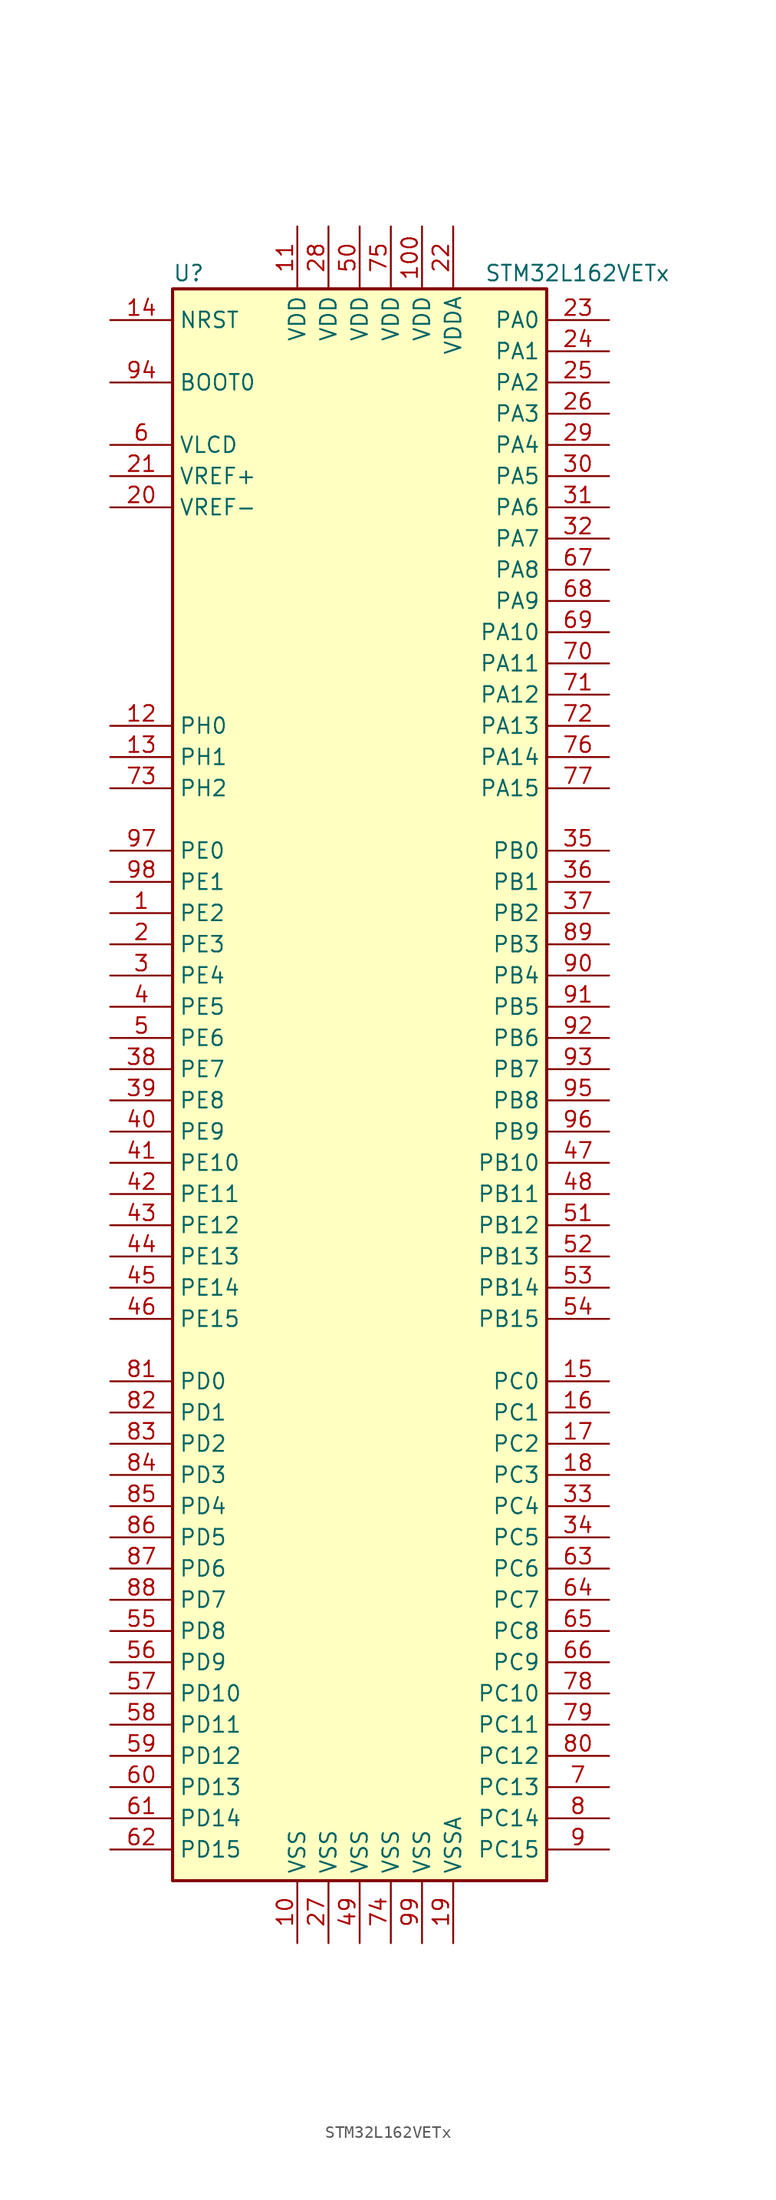
<source format=kicad_sym>
(kicad_symbol_lib
  (version 20201005)
  (generator kicad_symbol_editor)
  (symbol "MCU_ST_STM32L1:STM32L162VETx"
    (property "Reference" "U"
      (at -15.24 64.77 0)
      (effects (font (size 1.27 1.27)) (justify left)))
    (property "Value" "STM32L162VETx"
      (at 10.16 64.77 0)
      (effects (font (size 1.27 1.27)) (justify left)))
    (symbol "STM32L162VETx_0_1"
      (rectangle (start -15.24 -66.04) (end 15.24 63.5) (stroke (width 0.254)) (fill (type background))))
    (symbol "STM32L162VETx_1_1"
      (pin input line (at -20.32 55.88 0) (length 5.08) (name "BOOT0" (effects (font (size 1.27 1.27)))) (number "94" (effects (font (size 1.27 1.27)))))
      (pin input line (at -20.32 60.96 0) (length 5.08) (name "NRST" (effects (font (size 1.27 1.27)))) (number "14" (effects (font (size 1.27 1.27)))))
      (pin bidirectional line (at 20.32 60.96 180) (length 5.08) (name "PA0" (effects (font (size 1.27 1.27)))) (number "23" (effects (font (size 1.27 1.27)))))
      (pin bidirectional line (at 20.32 58.42 180) (length 5.08) (name "PA1" (effects (font (size 1.27 1.27)))) (number "24" (effects (font (size 1.27 1.27)))))
      (pin bidirectional line (at 20.32 35.56 180) (length 5.08) (name "PA10" (effects (font (size 1.27 1.27)))) (number "69" (effects (font (size 1.27 1.27)))))
      (pin bidirectional line (at 20.32 33.02 180) (length 5.08) (name "PA11" (effects (font (size 1.27 1.27)))) (number "70" (effects (font (size 1.27 1.27)))))
      (pin bidirectional line (at 20.32 30.48 180) (length 5.08) (name "PA12" (effects (font (size 1.27 1.27)))) (number "71" (effects (font (size 1.27 1.27)))))
      (pin bidirectional line (at 20.32 27.94 180) (length 5.08) (name "PA13" (effects (font (size 1.27 1.27)))) (number "72" (effects (font (size 1.27 1.27)))))
      (pin bidirectional line (at 20.32 25.4 180) (length 5.08) (name "PA14" (effects (font (size 1.27 1.27)))) (number "76" (effects (font (size 1.27 1.27)))))
      (pin bidirectional line (at 20.32 22.86 180) (length 5.08) (name "PA15" (effects (font (size 1.27 1.27)))) (number "77" (effects (font (size 1.27 1.27)))))
      (pin bidirectional line (at 20.32 55.88 180) (length 5.08) (name "PA2" (effects (font (size 1.27 1.27)))) (number "25" (effects (font (size 1.27 1.27)))))
      (pin bidirectional line (at 20.32 53.34 180) (length 5.08) (name "PA3" (effects (font (size 1.27 1.27)))) (number "26" (effects (font (size 1.27 1.27)))))
      (pin bidirectional line (at 20.32 50.8 180) (length 5.08) (name "PA4" (effects (font (size 1.27 1.27)))) (number "29" (effects (font (size 1.27 1.27)))))
      (pin bidirectional line (at 20.32 48.26 180) (length 5.08) (name "PA5" (effects (font (size 1.27 1.27)))) (number "30" (effects (font (size 1.27 1.27)))))
      (pin bidirectional line (at 20.32 45.72 180) (length 5.08) (name "PA6" (effects (font (size 1.27 1.27)))) (number "31" (effects (font (size 1.27 1.27)))))
      (pin bidirectional line (at 20.32 43.18 180) (length 5.08) (name "PA7" (effects (font (size 1.27 1.27)))) (number "32" (effects (font (size 1.27 1.27)))))
      (pin bidirectional line (at 20.32 40.64 180) (length 5.08) (name "PA8" (effects (font (size 1.27 1.27)))) (number "67" (effects (font (size 1.27 1.27)))))
      (pin bidirectional line (at 20.32 38.1 180) (length 5.08) (name "PA9" (effects (font (size 1.27 1.27)))) (number "68" (effects (font (size 1.27 1.27)))))
      (pin bidirectional line (at 20.32 17.78 180) (length 5.08) (name "PB0" (effects (font (size 1.27 1.27)))) (number "35" (effects (font (size 1.27 1.27)))))
      (pin bidirectional line (at 20.32 15.24 180) (length 5.08) (name "PB1" (effects (font (size 1.27 1.27)))) (number "36" (effects (font (size 1.27 1.27)))))
      (pin bidirectional line (at 20.32 -7.62 180) (length 5.08) (name "PB10" (effects (font (size 1.27 1.27)))) (number "47" (effects (font (size 1.27 1.27)))))
      (pin bidirectional line (at 20.32 -10.16 180) (length 5.08) (name "PB11" (effects (font (size 1.27 1.27)))) (number "48" (effects (font (size 1.27 1.27)))))
      (pin bidirectional line (at 20.32 -12.7 180) (length 5.08) (name "PB12" (effects (font (size 1.27 1.27)))) (number "51" (effects (font (size 1.27 1.27)))))
      (pin bidirectional line (at 20.32 -15.24 180) (length 5.08) (name "PB13" (effects (font (size 1.27 1.27)))) (number "52" (effects (font (size 1.27 1.27)))))
      (pin bidirectional line (at 20.32 -17.78 180) (length 5.08) (name "PB14" (effects (font (size 1.27 1.27)))) (number "53" (effects (font (size 1.27 1.27)))))
      (pin bidirectional line (at 20.32 -20.32 180) (length 5.08) (name "PB15" (effects (font (size 1.27 1.27)))) (number "54" (effects (font (size 1.27 1.27)))))
      (pin bidirectional line (at 20.32 12.7 180) (length 5.08) (name "PB2" (effects (font (size 1.27 1.27)))) (number "37" (effects (font (size 1.27 1.27)))))
      (pin bidirectional line (at 20.32 10.16 180) (length 5.08) (name "PB3" (effects (font (size 1.27 1.27)))) (number "89" (effects (font (size 1.27 1.27)))))
      (pin bidirectional line (at 20.32 7.62 180) (length 5.08) (name "PB4" (effects (font (size 1.27 1.27)))) (number "90" (effects (font (size 1.27 1.27)))))
      (pin bidirectional line (at 20.32 5.08 180) (length 5.08) (name "PB5" (effects (font (size 1.27 1.27)))) (number "91" (effects (font (size 1.27 1.27)))))
      (pin bidirectional line (at 20.32 2.54 180) (length 5.08) (name "PB6" (effects (font (size 1.27 1.27)))) (number "92" (effects (font (size 1.27 1.27)))))
      (pin bidirectional line (at 20.32 0 180) (length 5.08) (name "PB7" (effects (font (size 1.27 1.27)))) (number "93" (effects (font (size 1.27 1.27)))))
      (pin bidirectional line (at 20.32 -2.54 180) (length 5.08) (name "PB8" (effects (font (size 1.27 1.27)))) (number "95" (effects (font (size 1.27 1.27)))))
      (pin bidirectional line (at 20.32 -5.08 180) (length 5.08) (name "PB9" (effects (font (size 1.27 1.27)))) (number "96" (effects (font (size 1.27 1.27)))))
      (pin bidirectional line (at 20.32 -25.4 180) (length 5.08) (name "PC0" (effects (font (size 1.27 1.27)))) (number "15" (effects (font (size 1.27 1.27)))))
      (pin bidirectional line (at 20.32 -27.94 180) (length 5.08) (name "PC1" (effects (font (size 1.27 1.27)))) (number "16" (effects (font (size 1.27 1.27)))))
      (pin bidirectional line (at 20.32 -50.8 180) (length 5.08) (name "PC10" (effects (font (size 1.27 1.27)))) (number "78" (effects (font (size 1.27 1.27)))))
      (pin bidirectional line (at 20.32 -53.34 180) (length 5.08) (name "PC11" (effects (font (size 1.27 1.27)))) (number "79" (effects (font (size 1.27 1.27)))))
      (pin bidirectional line (at 20.32 -55.88 180) (length 5.08) (name "PC12" (effects (font (size 1.27 1.27)))) (number "80" (effects (font (size 1.27 1.27)))))
      (pin bidirectional line (at 20.32 -58.42 180) (length 5.08) (name "PC13" (effects (font (size 1.27 1.27)))) (number "7" (effects (font (size 1.27 1.27)))))
      (pin bidirectional line (at 20.32 -60.96 180) (length 5.08) (name "PC14" (effects (font (size 1.27 1.27)))) (number "8" (effects (font (size 1.27 1.27)))))
      (pin bidirectional line (at 20.32 -63.5 180) (length 5.08) (name "PC15" (effects (font (size 1.27 1.27)))) (number "9" (effects (font (size 1.27 1.27)))))
      (pin bidirectional line (at 20.32 -30.48 180) (length 5.08) (name "PC2" (effects (font (size 1.27 1.27)))) (number "17" (effects (font (size 1.27 1.27)))))
      (pin bidirectional line (at 20.32 -33.02 180) (length 5.08) (name "PC3" (effects (font (size 1.27 1.27)))) (number "18" (effects (font (size 1.27 1.27)))))
      (pin bidirectional line (at 20.32 -35.56 180) (length 5.08) (name "PC4" (effects (font (size 1.27 1.27)))) (number "33" (effects (font (size 1.27 1.27)))))
      (pin bidirectional line (at 20.32 -38.1 180) (length 5.08) (name "PC5" (effects (font (size 1.27 1.27)))) (number "34" (effects (font (size 1.27 1.27)))))
      (pin bidirectional line (at 20.32 -40.64 180) (length 5.08) (name "PC6" (effects (font (size 1.27 1.27)))) (number "63" (effects (font (size 1.27 1.27)))))
      (pin bidirectional line (at 20.32 -43.18 180) (length 5.08) (name "PC7" (effects (font (size 1.27 1.27)))) (number "64" (effects (font (size 1.27 1.27)))))
      (pin bidirectional line (at 20.32 -45.72 180) (length 5.08) (name "PC8" (effects (font (size 1.27 1.27)))) (number "65" (effects (font (size 1.27 1.27)))))
      (pin bidirectional line (at 20.32 -48.26 180) (length 5.08) (name "PC9" (effects (font (size 1.27 1.27)))) (number "66" (effects (font (size 1.27 1.27)))))
      (pin bidirectional line (at -20.32 -25.4 0) (length 5.08) (name "PD0" (effects (font (size 1.27 1.27)))) (number "81" (effects (font (size 1.27 1.27)))))
      (pin bidirectional line (at -20.32 -27.94 0) (length 5.08) (name "PD1" (effects (font (size 1.27 1.27)))) (number "82" (effects (font (size 1.27 1.27)))))
      (pin bidirectional line (at -20.32 -50.8 0) (length 5.08) (name "PD10" (effects (font (size 1.27 1.27)))) (number "57" (effects (font (size 1.27 1.27)))))
      (pin bidirectional line (at -20.32 -53.34 0) (length 5.08) (name "PD11" (effects (font (size 1.27 1.27)))) (number "58" (effects (font (size 1.27 1.27)))))
      (pin bidirectional line (at -20.32 -55.88 0) (length 5.08) (name "PD12" (effects (font (size 1.27 1.27)))) (number "59" (effects (font (size 1.27 1.27)))))
      (pin bidirectional line (at -20.32 -58.42 0) (length 5.08) (name "PD13" (effects (font (size 1.27 1.27)))) (number "60" (effects (font (size 1.27 1.27)))))
      (pin bidirectional line (at -20.32 -60.96 0) (length 5.08) (name "PD14" (effects (font (size 1.27 1.27)))) (number "61" (effects (font (size 1.27 1.27)))))
      (pin bidirectional line (at -20.32 -63.5 0) (length 5.08) (name "PD15" (effects (font (size 1.27 1.27)))) (number "62" (effects (font (size 1.27 1.27)))))
      (pin bidirectional line (at -20.32 -30.48 0) (length 5.08) (name "PD2" (effects (font (size 1.27 1.27)))) (number "83" (effects (font (size 1.27 1.27)))))
      (pin bidirectional line (at -20.32 -33.02 0) (length 5.08) (name "PD3" (effects (font (size 1.27 1.27)))) (number "84" (effects (font (size 1.27 1.27)))))
      (pin bidirectional line (at -20.32 -35.56 0) (length 5.08) (name "PD4" (effects (font (size 1.27 1.27)))) (number "85" (effects (font (size 1.27 1.27)))))
      (pin bidirectional line (at -20.32 -38.1 0) (length 5.08) (name "PD5" (effects (font (size 1.27 1.27)))) (number "86" (effects (font (size 1.27 1.27)))))
      (pin bidirectional line (at -20.32 -40.64 0) (length 5.08) (name "PD6" (effects (font (size 1.27 1.27)))) (number "87" (effects (font (size 1.27 1.27)))))
      (pin bidirectional line (at -20.32 -43.18 0) (length 5.08) (name "PD7" (effects (font (size 1.27 1.27)))) (number "88" (effects (font (size 1.27 1.27)))))
      (pin bidirectional line (at -20.32 -45.72 0) (length 5.08) (name "PD8" (effects (font (size 1.27 1.27)))) (number "55" (effects (font (size 1.27 1.27)))))
      (pin bidirectional line (at -20.32 -48.26 0) (length 5.08) (name "PD9" (effects (font (size 1.27 1.27)))) (number "56" (effects (font (size 1.27 1.27)))))
      (pin bidirectional line (at -20.32 17.78 0) (length 5.08) (name "PE0" (effects (font (size 1.27 1.27)))) (number "97" (effects (font (size 1.27 1.27)))))
      (pin bidirectional line (at -20.32 15.24 0) (length 5.08) (name "PE1" (effects (font (size 1.27 1.27)))) (number "98" (effects (font (size 1.27 1.27)))))
      (pin bidirectional line (at -20.32 -7.62 0) (length 5.08) (name "PE10" (effects (font (size 1.27 1.27)))) (number "41" (effects (font (size 1.27 1.27)))))
      (pin bidirectional line (at -20.32 -10.16 0) (length 5.08) (name "PE11" (effects (font (size 1.27 1.27)))) (number "42" (effects (font (size 1.27 1.27)))))
      (pin bidirectional line (at -20.32 -12.7 0) (length 5.08) (name "PE12" (effects (font (size 1.27 1.27)))) (number "43" (effects (font (size 1.27 1.27)))))
      (pin bidirectional line (at -20.32 -15.24 0) (length 5.08) (name "PE13" (effects (font (size 1.27 1.27)))) (number "44" (effects (font (size 1.27 1.27)))))
      (pin bidirectional line (at -20.32 -17.78 0) (length 5.08) (name "PE14" (effects (font (size 1.27 1.27)))) (number "45" (effects (font (size 1.27 1.27)))))
      (pin bidirectional line (at -20.32 -20.32 0) (length 5.08) (name "PE15" (effects (font (size 1.27 1.27)))) (number "46" (effects (font (size 1.27 1.27)))))
      (pin bidirectional line (at -20.32 12.7 0) (length 5.08) (name "PE2" (effects (font (size 1.27 1.27)))) (number "1" (effects (font (size 1.27 1.27)))))
      (pin bidirectional line (at -20.32 10.16 0) (length 5.08) (name "PE3" (effects (font (size 1.27 1.27)))) (number "2" (effects (font (size 1.27 1.27)))))
      (pin bidirectional line (at -20.32 7.62 0) (length 5.08) (name "PE4" (effects (font (size 1.27 1.27)))) (number "3" (effects (font (size 1.27 1.27)))))
      (pin bidirectional line (at -20.32 5.08 0) (length 5.08) (name "PE5" (effects (font (size 1.27 1.27)))) (number "4" (effects (font (size 1.27 1.27)))))
      (pin bidirectional line (at -20.32 2.54 0) (length 5.08) (name "PE6" (effects (font (size 1.27 1.27)))) (number "5" (effects (font (size 1.27 1.27)))))
      (pin bidirectional line (at -20.32 0 0) (length 5.08) (name "PE7" (effects (font (size 1.27 1.27)))) (number "38" (effects (font (size 1.27 1.27)))))
      (pin bidirectional line (at -20.32 -2.54 0) (length 5.08) (name "PE8" (effects (font (size 1.27 1.27)))) (number "39" (effects (font (size 1.27 1.27)))))
      (pin bidirectional line (at -20.32 -5.08 0) (length 5.08) (name "PE9" (effects (font (size 1.27 1.27)))) (number "40" (effects (font (size 1.27 1.27)))))
      (pin input line (at -20.32 27.94 0) (length 5.08) (name "PH0" (effects (font (size 1.27 1.27)))) (number "12" (effects (font (size 1.27 1.27)))))
      (pin input line (at -20.32 25.4 0) (length 5.08) (name "PH1" (effects (font (size 1.27 1.27)))) (number "13" (effects (font (size 1.27 1.27)))))
      (pin bidirectional line (at -20.32 22.86 0) (length 5.08) (name "PH2" (effects (font (size 1.27 1.27)))) (number "73" (effects (font (size 1.27 1.27)))))
      (pin power_in line (at 5.08 68.58 270) (length 5.08) (name "VDD" (effects (font (size 1.27 1.27)))) (number "100" (effects (font (size 1.27 1.27)))))
      (pin power_in line (at -5.08 68.58 270) (length 5.08) (name "VDD" (effects (font (size 1.27 1.27)))) (number "11" (effects (font (size 1.27 1.27)))))
      (pin power_in line (at -2.54 68.58 270) (length 5.08) (name "VDD" (effects (font (size 1.27 1.27)))) (number "28" (effects (font (size 1.27 1.27)))))
      (pin power_in line (at 0 68.58 270) (length 5.08) (name "VDD" (effects (font (size 1.27 1.27)))) (number "50" (effects (font (size 1.27 1.27)))))
      (pin power_in line (at 2.54 68.58 270) (length 5.08) (name "VDD" (effects (font (size 1.27 1.27)))) (number "75" (effects (font (size 1.27 1.27)))))
      (pin power_in line (at 7.62 68.58 270) (length 5.08) (name "VDDA" (effects (font (size 1.27 1.27)))) (number "22" (effects (font (size 1.27 1.27)))))
      (pin power_in line (at -20.32 50.8 0) (length 5.08) (name "VLCD" (effects (font (size 1.27 1.27)))) (number "6" (effects (font (size 1.27 1.27)))))
      (pin power_in line (at -20.32 48.26 0) (length 5.08) (name "VREF+" (effects (font (size 1.27 1.27)))) (number "21" (effects (font (size 1.27 1.27)))))
      (pin power_in line (at -20.32 45.72 0) (length 5.08) (name "VREF-" (effects (font (size 1.27 1.27)))) (number "20" (effects (font (size 1.27 1.27)))))
      (pin power_in line (at -5.08 -71.12 90) (length 5.08) (name "VSS" (effects (font (size 1.27 1.27)))) (number "10" (effects (font (size 1.27 1.27)))))
      (pin power_in line (at -2.54 -71.12 90) (length 5.08) (name "VSS" (effects (font (size 1.27 1.27)))) (number "27" (effects (font (size 1.27 1.27)))))
      (pin power_in line (at 0 -71.12 90) (length 5.08) (name "VSS" (effects (font (size 1.27 1.27)))) (number "49" (effects (font (size 1.27 1.27)))))
      (pin power_in line (at 2.54 -71.12 90) (length 5.08) (name "VSS" (effects (font (size 1.27 1.27)))) (number "74" (effects (font (size 1.27 1.27)))))
      (pin power_in line (at 5.08 -71.12 90) (length 5.08) (name "VSS" (effects (font (size 1.27 1.27)))) (number "99" (effects (font (size 1.27 1.27)))))
      (pin power_in line (at 7.62 -71.12 90) (length 5.08) (name "VSSA" (effects (font (size 1.27 1.27)))) (number "19" (effects (font (size 1.27 1.27))))))))
</source>
